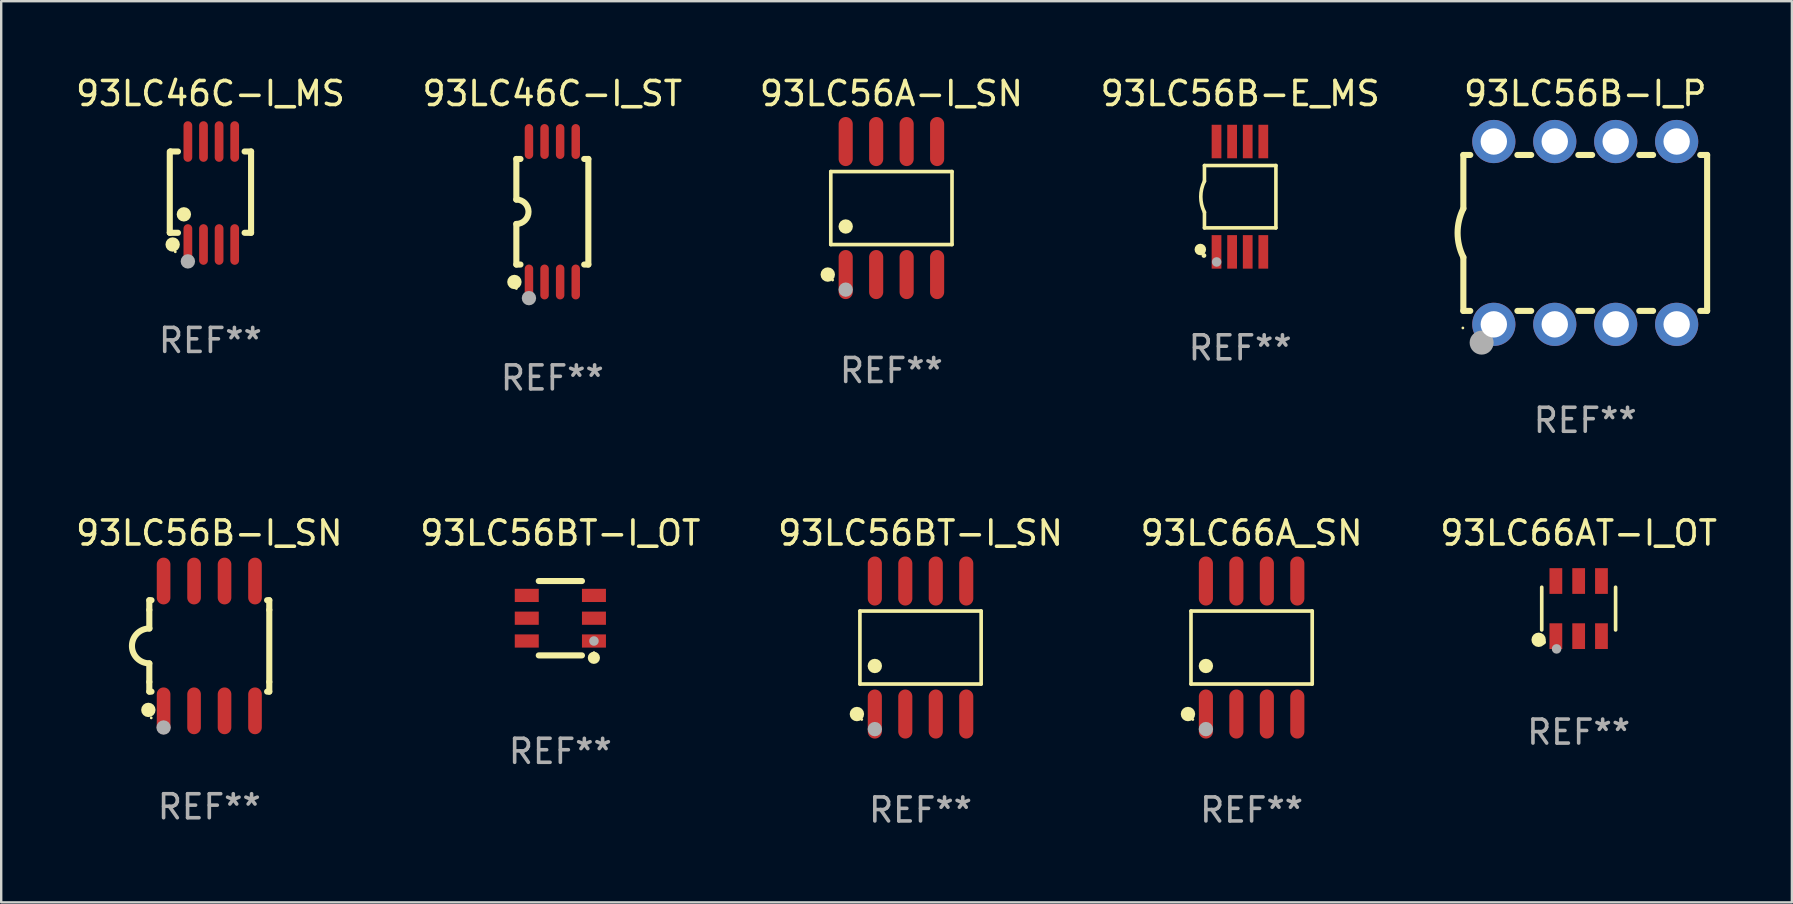
<source format=kicad_pcb>
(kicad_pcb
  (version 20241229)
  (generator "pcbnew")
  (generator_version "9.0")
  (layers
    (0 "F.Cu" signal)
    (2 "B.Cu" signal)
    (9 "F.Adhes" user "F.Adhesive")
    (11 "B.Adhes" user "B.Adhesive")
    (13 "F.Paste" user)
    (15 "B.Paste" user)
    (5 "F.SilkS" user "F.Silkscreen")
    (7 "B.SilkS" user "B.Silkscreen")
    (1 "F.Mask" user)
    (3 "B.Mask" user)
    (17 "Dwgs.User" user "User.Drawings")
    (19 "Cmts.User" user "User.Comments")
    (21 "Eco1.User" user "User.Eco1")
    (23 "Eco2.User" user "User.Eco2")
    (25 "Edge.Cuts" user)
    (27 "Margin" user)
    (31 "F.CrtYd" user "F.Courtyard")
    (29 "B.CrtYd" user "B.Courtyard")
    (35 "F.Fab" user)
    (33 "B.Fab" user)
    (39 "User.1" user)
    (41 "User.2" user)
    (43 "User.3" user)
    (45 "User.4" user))
  (footprint "93LC56BT-I_OT"
    (layer "F.Cu")
    (at 20.304 22.715)
    (property "Reference" "93LC56BT-I_OT" (at 0 -3.55 0) (layer "F.SilkS") (effects (font (size 1 1) (thickness 0.15))))
    (attr through_hole)
    (fp_line (start -0.9 -1.55) (end 0.9 -1.55) (stroke (width 0.254) (type solid)) (layer "F.SilkS"))
    (fp_line (start -0.9 1.55) (end 0.9 1.55) (stroke (width 0.254) (type solid)) (layer "F.SilkS"))
    (fp_circle (center 1.397 1.651) (end 1.524 1.651) (stroke (width 0.254) (type solid)) (fill no) (layer "F.SilkS"))
    (fp_circle (center 1.4 1.435) (end 1.43 1.435) (stroke (width 0.06) (type solid)) (fill no) (layer "F.SilkS"))
    (fp_circle (center 1.4 0.95) (end 1.5 0.95) (stroke (width 0.2) (type solid)) (fill no) (layer "F.Fab"))
    (fp_text user "REF**" (at 0 5.55 0) (layer "F.Fab") (effects (font (size 1 1) (thickness 0.15))))
    (pad "1" smd rect (at 1.4 0.95) (size 1 0.55) (layers "F.Cu" "F.Mask" "F.Paste"))
    (pad "2" smd rect (at 1.4 -0.000102) (size 1 0.55) (layers "F.Cu" "F.Mask" "F.Paste"))
    (pad "3" smd rect (at 1.4 -0.95) (size 1 0.55) (layers "F.Cu" "F.Mask" "F.Paste"))
    (pad "4" smd rect (at -1.4 -0.95) (size 1 0.55) (layers "F.Cu" "F.Mask" "F.Paste"))
    (pad "5" smd rect (at -1.4 -0.000102) (size 1 0.55) (layers "F.Cu" "F.Mask" "F.Paste"))
    (pad "6" smd rect (at -1.4 0.95) (size 1 0.55) (layers "F.Cu" "F.Mask" "F.Paste")))
  (footprint "93LC66AT-I_OT"
    (layer "F.Cu")
    (at 62.744 22.314)
    (property "Reference" "93LC66AT-I_OT" (at 0 -3.149 0) (layer "F.SilkS") (effects (font (size 1 1) (thickness 0.15))))
    (attr through_hole)
    (fp_line (start -1.539 0.889) (end -1.539 -0.889) (stroke (width 0.152) (type solid)) (layer "F.SilkS"))
    (fp_line (start 1.539 0.889) (end 1.539 -0.889) (stroke (width 0.152) (type solid)) (layer "F.SilkS"))
    (fp_circle (center -1.668 1.301) (end -1.518 1.301) (stroke (width 0.3) (type solid)) (fill no) (layer "F.SilkS"))
    (fp_circle (center -1.463 1.4) (end -1.413 1.4) (stroke (width 0.1) (type solid)) (fill no) (layer "F.SilkS"))
    (fp_circle (center -0.92 1.68) (end -0.82 1.68) (stroke (width 0.2) (type solid)) (fill no) (layer "F.Fab"))
    (fp_text user "REF**" (at 0 5.149 0) (layer "F.Fab") (effects (font (size 1 1) (thickness 0.15))))
    (pad "1" smd rect (at -0.95 1.149) (size 0.532 1.072) (layers "F.Cu" "F.Mask" "F.Paste"))
    (pad "2" smd rect (at 0 1.149) (size 0.532 1.072) (layers "F.Cu" "F.Mask" "F.Paste"))
    (pad "3" smd rect (at 0.95 1.149) (size 0.532 1.072) (layers "F.Cu" "F.Mask" "F.Paste"))
    (pad "4" smd rect (at 0.95 -1.149) (size 0.532 1.072) (layers "F.Cu" "F.Mask" "F.Paste"))
    (pad "5" smd rect (at 0 -1.149) (size 0.532 1.072) (layers "F.Cu" "F.Mask" "F.Paste"))
    (pad "6" smd rect (at -0.95 -1.149) (size 0.532 1.072) (layers "F.Cu" "F.Mask" "F.Paste")))
  (footprint "93LC56B-I_SN"
    (layer "F.Cu")
    (at 5.673 23.87)
    (property "Reference" "93LC56B-I_SN" (at 0 -4.705 0) (layer "F.SilkS") (effects (font (size 1 1) (thickness 0.15))))
    (attr through_hole)
    (fp_line (start -2.5 -1.905) (end -2.409 -1.905) (stroke (width 0.254) (type solid)) (layer "F.SilkS"))
    (fp_line (start -2.5 -1.5) (end -2.5 -1.905) (stroke (width 0.254) (type solid)) (layer "F.SilkS"))
    (fp_line (start -2.5 -1.5) (end -2.5 -0.726) (stroke (width 0.254) (type solid)) (layer "F.SilkS"))
    (fp_line (start -2.5 1.5) (end -2.5 0.727) (stroke (width 0.254) (type solid)) (layer "F.SilkS"))
    (fp_line (start -2.5 1.5) (end -2.5 1.905) (stroke (width 0.254) (type solid)) (layer "F.SilkS"))
    (fp_line (start -2.5 1.905) (end -2.409 1.905) (stroke (width 0.254) (type solid)) (layer "F.SilkS"))
    (fp_line (start 2.5 -1.905) (end 2.409 -1.905) (stroke (width 0.254) (type solid)) (layer "F.SilkS"))
    (fp_line (start 2.5 -1.5) (end 2.5 -1.905) (stroke (width 0.254) (type solid)) (layer "F.SilkS"))
    (fp_line (start 2.5 -1.5) (end 2.5 1.5) (stroke (width 0.254) (type solid)) (layer "F.SilkS"))
    (fp_line (start 2.5 1.5) (end 2.5 1.905) (stroke (width 0.254) (type solid)) (layer "F.SilkS"))
    (fp_line (start 2.5 1.905) (end 2.409 1.905) (stroke (width 0.254) (type solid)) (layer "F.SilkS"))
    (fp_arc (start -2.5 0.726568) (mid -3.220316 -0.0023) (end -2.495097 -0.726289) (stroke (width 0.254001) (type solid)) (layer "F.SilkS"))
    (fp_circle (center -2.54 2.667) (end -2.39 2.667) (stroke (width 0.3) (type solid)) (fill no) (layer "F.SilkS"))
    (fp_circle (center -2.42 3) (end -2.39 3) (stroke (width 0.06) (type solid)) (fill no) (layer "F.SilkS"))
    (fp_circle (center -1.905 3.4) (end -1.755 3.4) (stroke (width 0.3) (type solid)) (fill no) (layer "F.Fab"))
    (fp_text user "REF**" (at 0 6.705 0) (layer "F.Fab") (effects (font (size 1 1) (thickness 0.15))))
    (pad "1" smd oval (at -1.905 2.705) (size 0.568 1.95) (layers "F.Cu" "F.Mask" "F.Paste"))
    (pad "2" smd oval (at -0.635 2.705) (size 0.568 1.95) (layers "F.Cu" "F.Mask" "F.Paste"))
    (pad "3" smd oval (at 0.635 2.705) (size 0.568 1.95) (layers "F.Cu" "F.Mask" "F.Paste"))
    (pad "4" smd oval (at 1.905 2.705) (size 0.568 1.95) (layers "F.Cu" "F.Mask" "F.Paste"))
    (pad "5" smd oval (at 1.905 -2.705) (size 0.568 1.95) (layers "F.Cu" "F.Mask" "F.Paste"))
    (pad "6" smd oval (at 0.635 -2.705) (size 0.568 1.95) (layers "F.Cu" "F.Mask" "F.Paste"))
    (pad "7" smd oval (at -0.635 -2.705) (size 0.568 1.95) (layers "F.Cu" "F.Mask" "F.Paste"))
    (pad "8" smd oval (at -1.905 -2.705) (size 0.568 1.95) (layers "F.Cu" "F.Mask" "F.Paste")))
  (footprint "93LC56B-E_MS"
    (layer "F.Cu")
    (at 48.637 5.148)
    (property "Reference" "93LC56B-E_MS" (at 0 -4.3 0) (layer "F.SilkS") (effects (font (size 1 1) (thickness 0.15))))
    (attr through_hole)
    (fp_line (start -1.489 -1.3) (end -1.489 -0.648) (stroke (width 0.15) (type solid)) (layer "F.SilkS"))
    (fp_line (start -1.489 0.648) (end -1.489 1.3) (stroke (width 0.15) (type solid)) (layer "F.SilkS"))
    (fp_line (start -1.489 1.3) (end 1.489 1.3) (stroke (width 0.15) (type solid)) (layer "F.SilkS"))
    (fp_line (start 1.489 -1.3) (end -1.489 -1.3) (stroke (width 0.15) (type solid)) (layer "F.SilkS"))
    (fp_line (start 1.489 1.3) (end 1.489 -1.3) (stroke (width 0.15) (type solid)) (layer "F.SilkS"))
    (fp_arc (start -1.489205 0.647702) (mid -1.642107 0) (end -1.489205 -0.647701) (stroke (width 0.150013) (type solid)) (layer "F.SilkS"))
    (fp_circle (center -1.661 2.2) (end -1.541 2.2) (stroke (width 0.24) (type solid)) (fill no) (layer "F.SilkS"))
    (fp_circle (center -1.511 2.45) (end -1.461 2.45) (stroke (width 0.1) (type solid)) (fill no) (layer "F.SilkS"))
    (fp_circle (center -0.981 2.72) (end -0.881 2.72) (stroke (width 0.2) (type solid)) (fill no) (layer "F.Fab"))
    (fp_text user "REF**" (at 0 6.3 0) (layer "F.Fab") (effects (font (size 1 1) (thickness 0.15))))
    (pad "1" smd rect (at -0.986 2.3) (size 0.406 1.397) (layers "F.Cu" "F.Mask" "F.Paste"))
    (pad "2" smd rect (at -0.336 2.3) (size 0.406 1.397) (layers "F.Cu" "F.Mask" "F.Paste"))
    (pad "3" smd rect (at 0.314 2.3) (size 0.406 1.397) (layers "F.Cu" "F.Mask" "F.Paste"))
    (pad "4" smd rect (at 0.964 2.3) (size 0.406 1.397) (layers "F.Cu" "F.Mask" "F.Paste"))
    (pad "5" smd rect (at 0.964 -2.3) (size 0.406 1.397) (layers "F.Cu" "F.Mask" "F.Paste"))
    (pad "6" smd rect (at 0.314 -2.3) (size 0.406 1.397) (layers "F.Cu" "F.Mask" "F.Paste"))
    (pad "7" smd rect (at -0.336 -2.3) (size 0.406 1.397) (layers "F.Cu" "F.Mask" "F.Paste"))
    (pad "8" smd rect (at -0.986 -2.3) (size 0.406 1.397) (layers "F.Cu" "F.Mask" "F.Paste")))
  (footprint "93LC56A-I_SN"
    (layer "F.Cu")
    (at 34.101 5.621)
    (property "Reference" "93LC56A-I_SN" (at 0 -4.772 0) (layer "F.SilkS") (effects (font (size 1 1) (thickness 0.15))))
    (attr through_hole)
    (fp_line (start -2.526 -1.521) (end 2.526 -1.521) (stroke (width 0.152) (type solid)) (layer "F.SilkS"))
    (fp_line (start -2.526 1.521) (end -2.526 -1.521) (stroke (width 0.152) (type solid)) (layer "F.SilkS"))
    (fp_line (start 2.526 -1.521) (end 2.526 1.521) (stroke (width 0.152) (type solid)) (layer "F.SilkS"))
    (fp_line (start 2.526 1.521) (end -2.526 1.521) (stroke (width 0.152) (type solid)) (layer "F.SilkS"))
    (fp_circle (center -2.652 2.772) (end -2.501 2.772) (stroke (width 0.3) (type solid)) (fill no) (layer "F.SilkS"))
    (fp_circle (center -2.45 3) (end -2.42 3) (stroke (width 0.06) (type solid)) (fill no) (layer "F.SilkS"))
    (fp_circle (center -1.905 0.769) (end -1.755 0.769) (stroke (width 0.3) (type solid)) (fill no) (layer "F.SilkS"))
    (fp_circle (center -1.905 3.4) (end -1.755 3.4) (stroke (width 0.3) (type solid)) (fill no) (layer "F.Fab"))
    (fp_text user "REF**" (at 0 6.772 0) (layer "F.Fab") (effects (font (size 1 1) (thickness 0.15))))
    (pad "1" smd oval (at -1.905 2.772) (size 0.588 2.045) (layers "F.Cu" "F.Mask" "F.Paste"))
    (pad "2" smd oval (at -0.635 2.772) (size 0.588 2.045) (layers "F.Cu" "F.Mask" "F.Paste"))
    (pad "3" smd oval (at 0.635 2.772) (size 0.588 2.045) (layers "F.Cu" "F.Mask" "F.Paste"))
    (pad "4" smd oval (at 1.905 2.772) (size 0.588 2.045) (layers "F.Cu" "F.Mask" "F.Paste"))
    (pad "5" smd oval (at 1.905 -2.772) (size 0.588 2.045) (layers "F.Cu" "F.Mask" "F.Paste"))
    (pad "6" smd oval (at 0.635 -2.772) (size 0.588 2.045) (layers "F.Cu" "F.Mask" "F.Paste"))
    (pad "7" smd oval (at -0.635 -2.772) (size 0.588 2.045) (layers "F.Cu" "F.Mask" "F.Paste"))
    (pad "8" smd oval (at -1.905 -2.772) (size 0.588 2.045) (layers "F.Cu" "F.Mask" "F.Paste")))
  (footprint "93LC56BT-I_SN"
    (layer "F.Cu")
    (at 35.315 23.937)
    (property "Reference" "93LC56BT-I_SN" (at 0 -4.772 0) (layer "F.SilkS") (effects (font (size 1 1) (thickness 0.15))))
    (attr through_hole)
    (fp_line (start -2.526 -1.521) (end 2.526 -1.521) (stroke (width 0.152) (type solid)) (layer "F.SilkS"))
    (fp_line (start -2.526 1.521) (end -2.526 -1.521) (stroke (width 0.152) (type solid)) (layer "F.SilkS"))
    (fp_line (start 2.526 -1.521) (end 2.526 1.521) (stroke (width 0.152) (type solid)) (layer "F.SilkS"))
    (fp_line (start 2.526 1.521) (end -2.526 1.521) (stroke (width 0.152) (type solid)) (layer "F.SilkS"))
    (fp_circle (center -2.652 2.772) (end -2.501 2.772) (stroke (width 0.3) (type solid)) (fill no) (layer "F.SilkS"))
    (fp_circle (center -2.45 3) (end -2.42 3) (stroke (width 0.06) (type solid)) (fill no) (layer "F.SilkS"))
    (fp_circle (center -1.905 0.769) (end -1.755 0.769) (stroke (width 0.3) (type solid)) (fill no) (layer "F.SilkS"))
    (fp_circle (center -1.905 3.4) (end -1.755 3.4) (stroke (width 0.3) (type solid)) (fill no) (layer "F.Fab"))
    (fp_text user "REF**" (at 0 6.772 0) (layer "F.Fab") (effects (font (size 1 1) (thickness 0.15))))
    (pad "1" smd oval (at -1.905 2.772) (size 0.588 2.045) (layers "F.Cu" "F.Mask" "F.Paste"))
    (pad "2" smd oval (at -0.635 2.772) (size 0.588 2.045) (layers "F.Cu" "F.Mask" "F.Paste"))
    (pad "3" smd oval (at 0.635 2.772) (size 0.588 2.045) (layers "F.Cu" "F.Mask" "F.Paste"))
    (pad "4" smd oval (at 1.905 2.772) (size 0.588 2.045) (layers "F.Cu" "F.Mask" "F.Paste"))
    (pad "5" smd oval (at 1.905 -2.772) (size 0.588 2.045) (layers "F.Cu" "F.Mask" "F.Paste"))
    (pad "6" smd oval (at 0.635 -2.772) (size 0.588 2.045) (layers "F.Cu" "F.Mask" "F.Paste"))
    (pad "7" smd oval (at -0.635 -2.772) (size 0.588 2.045) (layers "F.Cu" "F.Mask" "F.Paste"))
    (pad "8" smd oval (at -1.905 -2.772) (size 0.588 2.045) (layers "F.Cu" "F.Mask" "F.Paste")))
  (footprint "93LC46C-I_MS"
    (layer "F.Cu")
    (at 5.72 4.994)
    (property "Reference" "93LC46C-I_MS" (at 0 -4.146 0) (layer "F.SilkS") (effects (font (size 1 1) (thickness 0.15))))
    (attr through_hole)
    (fp_line (start -1.694 -1.724) (end -1.694 1.652) (stroke (width 0.254) (type solid)) (layer "F.SilkS"))
    (fp_line (start -1.694 1.652) (end -1.688 1.658) (stroke (width 0.254) (type solid)) (layer "F.SilkS"))
    (fp_line (start -1.688 1.658) (end -1.353 1.658) (stroke (width 0.254) (type solid)) (layer "F.SilkS"))
    (fp_line (start -1.661 -1.73) (end -1.681 -1.71) (stroke (width 0.254) (type solid)) (layer "F.SilkS"))
    (fp_line (start -1.353 -1.73) (end -1.661 -1.73) (stroke (width 0.254) (type solid)) (layer "F.SilkS"))
    (fp_line (start 1.424 1.658) (end 1.694 1.658) (stroke (width 0.254) (type solid)) (layer "F.SilkS"))
    (fp_line (start 1.694 -1.73) (end 1.424 -1.73) (stroke (width 0.254) (type solid)) (layer "F.SilkS"))
    (fp_line (start 1.694 1.658) (end 1.694 -1.73) (stroke (width 0.254) (type solid)) (layer "F.SilkS"))
    (fp_circle (center -1.574 2.146) (end -1.424 2.146) (stroke (width 0.3) (type solid)) (fill no) (layer "F.SilkS"))
    (fp_circle (center -1.464 2.45) (end -1.434 2.45) (stroke (width 0.06) (type solid)) (fill no) (layer "F.SilkS"))
    (fp_circle (center -1.107 0.889) (end -0.957 0.889) (stroke (width 0.3) (type solid)) (fill no) (layer "F.SilkS"))
    (fp_circle (center -0.94 2.85) (end -0.789 2.85) (stroke (width 0.3) (type solid)) (fill no) (layer "F.Fab"))
    (fp_text user "REF**" (at 0 6.146 0) (layer "F.Fab") (effects (font (size 1 1) (thickness 0.15))))
    (pad "1" smd oval (at -0.94 2.146) (size 0.364 1.692) (layers "F.Cu" "F.Mask" "F.Paste"))
    (pad "2" smd oval (at -0.289 2.146) (size 0.364 1.692) (layers "F.Cu" "F.Mask" "F.Paste"))
    (pad "3" smd oval (at 0.361 2.146) (size 0.364 1.692) (layers "F.Cu" "F.Mask" "F.Paste"))
    (pad "4" smd oval (at 1.011 2.146) (size 0.364 1.692) (layers "F.Cu" "F.Mask" "F.Paste"))
    (pad "5" smd oval (at 1.011 -2.146) (size 0.364 1.692) (layers "F.Cu" "F.Mask" "F.Paste"))
    (pad "6" smd oval (at 0.361 -2.146) (size 0.364 1.692) (layers "F.Cu" "F.Mask" "F.Paste"))
    (pad "7" smd oval (at -0.289 -2.146) (size 0.364 1.692) (layers "F.Cu" "F.Mask" "F.Paste"))
    (pad "8" smd oval (at -0.94 -2.146) (size 0.364 1.692) (layers "F.Cu" "F.Mask" "F.Paste")))
  (footprint "93LC56B-I_P"
    (layer "F.Cu")
    (at 63.018 6.658)
    (property "Reference" "93LC56B-I_P" (at 0 -5.81 0) (layer "F.SilkS") (effects (font (size 1 1) (thickness 0.15))))
    (attr through_hole)
    (fp_line (start -5.08 -3.25) (end -5.08 -1.017) (stroke (width 0.254) (type solid)) (layer "F.SilkS"))
    (fp_line (start -5.08 -3.25) (end -4.792 -3.25) (stroke (width 0.254) (type solid)) (layer "F.SilkS"))
    (fp_line (start -5.08 3.25) (end -5.08 1.015) (stroke (width 0.254) (type solid)) (layer "F.SilkS"))
    (fp_line (start -5.08 3.25) (end -4.792 3.25) (stroke (width 0.254) (type solid)) (layer "F.SilkS"))
    (fp_line (start -2.828 -3.25) (end -2.252 -3.25) (stroke (width 0.254) (type solid)) (layer "F.SilkS"))
    (fp_line (start -2.828 3.25) (end -2.252 3.25) (stroke (width 0.254) (type solid)) (layer "F.SilkS"))
    (fp_line (start -0.288 -3.25) (end 0.288 -3.25) (stroke (width 0.254) (type solid)) (layer "F.SilkS"))
    (fp_line (start -0.288 3.25) (end 0.288 3.25) (stroke (width 0.254) (type solid)) (layer "F.SilkS"))
    (fp_line (start 2.252 -3.25) (end 2.828 -3.25) (stroke (width 0.254) (type solid)) (layer "F.SilkS"))
    (fp_line (start 2.252 3.25) (end 2.828 3.25) (stroke (width 0.254) (type solid)) (layer "F.SilkS"))
    (fp_line (start 4.792 -3.25) (end 5.08 -3.25) (stroke (width 0.254) (type solid)) (layer "F.SilkS"))
    (fp_line (start 4.792 3.25) (end 5.08 3.25) (stroke (width 0.254) (type solid)) (layer "F.SilkS"))
    (fp_line (start 5.08 -3.25) (end 5.08 3.25) (stroke (width 0.254) (type solid)) (layer "F.SilkS"))
    (fp_arc (start -5.08001 1.01524) (mid -5.319856 -0.000762) (end -5.08001 -1.016764) (stroke (width 0.254001) (type solid)) (layer "F.SilkS"))
    (fp_circle (center -5.1 3.96) (end -5.07 3.96) (stroke (width 0.06) (type solid)) (fill no) (layer "F.SilkS"))
    (fp_circle (center -4.318 4.572) (end -4.068 4.572) (stroke (width 0.5) (type solid)) (fill no) (layer "F.Fab"))
    (fp_text user "REF**" (at 0 7.81 0) (layer "F.Fab") (effects (font (size 1 1) (thickness 0.15))))
    (pad "1" thru_hole circle (at -3.81 3.81) (size 1.8 1.8) (drill 1.1) (layers "*.Cu" "*.Mask"))
    (pad "2" thru_hole circle (at -1.27 3.81) (size 1.8 1.8) (drill 1.1) (layers "*.Cu" "*.Mask"))
    (pad "3" thru_hole circle (at 1.27 3.81) (size 1.8 1.8) (drill 1.1) (layers "*.Cu" "*.Mask"))
    (pad "4" thru_hole circle (at 3.81 3.81) (size 1.8 1.8) (drill 1.1) (layers "*.Cu" "*.Mask"))
    (pad "5" thru_hole circle (at 3.81 -3.81) (size 1.8 1.8) (drill 1.1) (layers "*.Cu" "*.Mask"))
    (pad "6" thru_hole circle (at 1.27 -3.81) (size 1.8 1.8) (drill 1.1) (layers "*.Cu" "*.Mask"))
    (pad "7" thru_hole circle (at -1.27 -3.81) (size 1.8 1.8) (drill 1.1) (layers "*.Cu" "*.Mask"))
    (pad "8" thru_hole circle (at -3.81 -3.81) (size 1.8 1.8) (drill 1.1) (layers "*.Cu" "*.Mask")))
  (footprint "93LC66A_SN"
    (layer "F.Cu")
    (at 49.113 23.937)
    (property "Reference" "93LC66A_SN" (at 0 -4.772 0) (layer "F.SilkS") (effects (font (size 1 1) (thickness 0.15))))
    (attr through_hole)
    (fp_line (start -2.526 -1.521) (end 2.526 -1.521) (stroke (width 0.152) (type solid)) (layer "F.SilkS"))
    (fp_line (start -2.526 1.521) (end -2.526 -1.521) (stroke (width 0.152) (type solid)) (layer "F.SilkS"))
    (fp_line (start 2.526 -1.521) (end 2.526 1.521) (stroke (width 0.152) (type solid)) (layer "F.SilkS"))
    (fp_line (start 2.526 1.521) (end -2.526 1.521) (stroke (width 0.152) (type solid)) (layer "F.SilkS"))
    (fp_circle (center -2.652 2.772) (end -2.501 2.772) (stroke (width 0.3) (type solid)) (fill no) (layer "F.SilkS"))
    (fp_circle (center -2.45 3) (end -2.42 3) (stroke (width 0.06) (type solid)) (fill no) (layer "F.SilkS"))
    (fp_circle (center -1.905 0.769) (end -1.755 0.769) (stroke (width 0.3) (type solid)) (fill no) (layer "F.SilkS"))
    (fp_circle (center -1.905 3.4) (end -1.755 3.4) (stroke (width 0.3) (type solid)) (fill no) (layer "F.Fab"))
    (fp_text user "REF**" (at 0 6.772 0) (layer "F.Fab") (effects (font (size 1 1) (thickness 0.15))))
    (pad "1" smd oval (at -1.905 2.772) (size 0.588 2.045) (layers "F.Cu" "F.Mask" "F.Paste"))
    (pad "2" smd oval (at -0.635 2.772) (size 0.588 2.045) (layers "F.Cu" "F.Mask" "F.Paste"))
    (pad "3" smd oval (at 0.635 2.772) (size 0.588 2.045) (layers "F.Cu" "F.Mask" "F.Paste"))
    (pad "4" smd oval (at 1.905 2.772) (size 0.588 2.045) (layers "F.Cu" "F.Mask" "F.Paste"))
    (pad "5" smd oval (at 1.905 -2.772) (size 0.588 2.045) (layers "F.Cu" "F.Mask" "F.Paste"))
    (pad "6" smd oval (at 0.635 -2.772) (size 0.588 2.045) (layers "F.Cu" "F.Mask" "F.Paste"))
    (pad "7" smd oval (at -0.635 -2.772) (size 0.588 2.045) (layers "F.Cu" "F.Mask" "F.Paste"))
    (pad "8" smd oval (at -1.905 -2.772) (size 0.588 2.045) (layers "F.Cu" "F.Mask" "F.Paste")))
  (footprint "93LC46C-I_ST"
    (layer "F.Cu")
    (at 19.97 5.775)
    (property "Reference" "93LC46C-I_ST" (at 0 -4.927 0) (layer "F.SilkS") (effects (font (size 1 1) (thickness 0.15))))
    (attr through_hole)
    (fp_line (start -1.5 -2.2) (end -1.5 -0.508) (stroke (width 0.254) (type solid)) (layer "F.SilkS"))
    (fp_line (start -1.5 -2.2) (end -1.328 -2.2) (stroke (width 0.254) (type solid)) (layer "F.SilkS"))
    (fp_line (start -1.5 2.2) (end -1.5 0.508) (stroke (width 0.254) (type solid)) (layer "F.SilkS"))
    (fp_line (start -1.5 2.2) (end -1.328 2.2) (stroke (width 0.254) (type solid)) (layer "F.SilkS"))
    (fp_line (start 1.328 -2.2) (end 1.5 -2.2) (stroke (width 0.254) (type solid)) (layer "F.SilkS"))
    (fp_line (start 1.328 2.2) (end 1.5 2.2) (stroke (width 0.254) (type solid)) (layer "F.SilkS"))
    (fp_line (start 1.5 -2.2) (end 1.5 2.2) (stroke (width 0.254) (type solid)) (layer "F.SilkS"))
    (fp_arc (start -1.501144 -0.508) (mid -0.993143 -0.000571) (end -1.5 0.508001) (stroke (width 0.254001) (type solid)) (layer "F.SilkS"))
    (fp_circle (center -1.581 2.927) (end -1.431 2.927) (stroke (width 0.3) (type solid)) (fill no) (layer "F.SilkS"))
    (fp_circle (center -1.5 3.2) (end -1.47 3.2) (stroke (width 0.06) (type solid)) (fill no) (layer "F.SilkS"))
    (fp_circle (center -0.975 3.6) (end -0.825 3.6) (stroke (width 0.3) (type solid)) (fill no) (layer "F.Fab"))
    (fp_text user "REF**" (at 0 6.927 0) (layer "F.Fab") (effects (font (size 1 1) (thickness 0.15))))
    (pad "1" smd oval (at -0.975 2.927) (size 0.353 1.454) (layers "F.Cu" "F.Mask" "F.Paste"))
    (pad "2" smd oval (at -0.325 2.927) (size 0.353 1.454) (layers "F.Cu" "F.Mask" "F.Paste"))
    (pad "3" smd oval (at 0.325 2.927) (size 0.353 1.454) (layers "F.Cu" "F.Mask" "F.Paste"))
    (pad "4" smd oval (at 0.975 2.927) (size 0.353 1.454) (layers "F.Cu" "F.Mask" "F.Paste"))
    (pad "5" smd oval (at 0.975 -2.927) (size 0.353 1.454) (layers "F.Cu" "F.Mask" "F.Paste"))
    (pad "6" smd oval (at 0.325 -2.927) (size 0.353 1.454) (layers "F.Cu" "F.Mask" "F.Paste"))
    (pad "7" smd oval (at -0.325 -2.927) (size 0.353 1.454) (layers "F.Cu" "F.Mask" "F.Paste"))
    (pad "8" smd oval (at -0.975 -2.927) (size 0.353 1.454) (layers "F.Cu" "F.Mask" "F.Paste")))
  (gr_rect
    (start -3 -3)
    (end 71.631 34.558)
    (stroke (width 0.1) (type default))
    (fill no)
    (layer "Edge.Cuts")))
</source>
